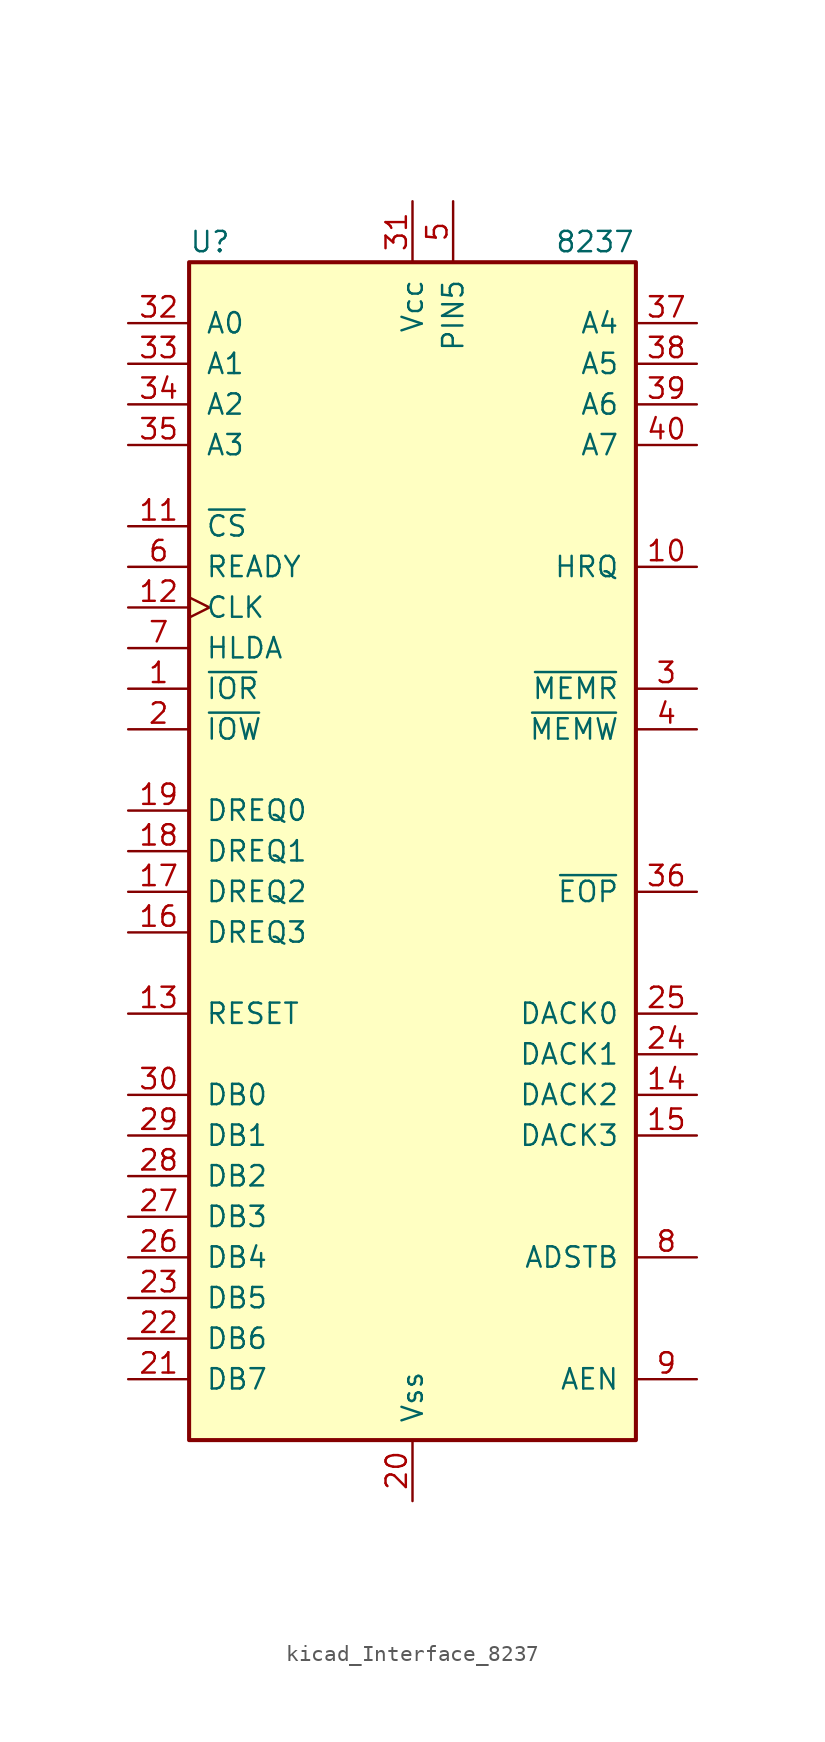
<source format=kicad_sym>
(kicad_symbol_lib
  (version 20220914)
  (generator kicad_symbol_editor)
  (symbol "kicad_Interface_8237"
    (pin_names
      (offset 1.016))
    (property "Reference" "U"
      (at -13.97 38.1 0)
      (effects (font (size 1.27 1.27)) (justify left)))
    (property "Value" "8237"
      (at 8.89 38.1 0)
      (effects (font (size 1.27 1.27)) (justify left)))
    (symbol "kicad_Interface_8237_1_1"
      (rectangle (start -13.97 -36.83) (end 13.97 36.83) (stroke (width 0.254) (type default)) (fill (type background)))
      (pin bidirectional line (at -17.78 10.16 0) (length 3.81) (name "~{IOR}" (effects (font (size 1.27 1.27)))) (number "1" (effects (font (size 1.27 1.27)))))
      (pin output line (at 17.78 17.78 180) (length 3.81) (name "HRQ" (effects (font (size 1.27 1.27)))) (number "10" (effects (font (size 1.27 1.27)))))
      (pin input line (at -17.78 20.32 0) (length 3.81) (name "~{CS}" (effects (font (size 1.27 1.27)))) (number "11" (effects (font (size 1.27 1.27)))))
      (pin input clock (at -17.78 15.24 0) (length 3.81) (name "CLK" (effects (font (size 1.27 1.27)))) (number "12" (effects (font (size 1.27 1.27)))))
      (pin input line (at -17.78 -10.16 0) (length 3.81) (name "RESET" (effects (font (size 1.27 1.27)))) (number "13" (effects (font (size 1.27 1.27)))))
      (pin output line (at 17.78 -15.24 180) (length 3.81) (name "DACK2" (effects (font (size 1.27 1.27)))) (number "14" (effects (font (size 1.27 1.27)))))
      (pin output line (at 17.78 -17.78 180) (length 3.81) (name "DACK3" (effects (font (size 1.27 1.27)))) (number "15" (effects (font (size 1.27 1.27)))))
      (pin input line (at -17.78 -5.08 0) (length 3.81) (name "DREQ3" (effects (font (size 1.27 1.27)))) (number "16" (effects (font (size 1.27 1.27)))))
      (pin input line (at -17.78 -2.54 0) (length 3.81) (name "DREQ2" (effects (font (size 1.27 1.27)))) (number "17" (effects (font (size 1.27 1.27)))))
      (pin input line (at -17.78 0 0) (length 3.81) (name "DREQ1" (effects (font (size 1.27 1.27)))) (number "18" (effects (font (size 1.27 1.27)))))
      (pin input line (at -17.78 2.54 0) (length 3.81) (name "DREQ0" (effects (font (size 1.27 1.27)))) (number "19" (effects (font (size 1.27 1.27)))))
      (pin bidirectional line (at -17.78 7.62 0) (length 3.81) (name "~{IOW}" (effects (font (size 1.27 1.27)))) (number "2" (effects (font (size 1.27 1.27)))))
      (pin power_in line (at 0 -40.64 90) (length 3.81) (name "Vss" (effects (font (size 1.27 1.27)))) (number "20" (effects (font (size 1.27 1.27)))))
      (pin bidirectional line (at -17.78 -33.02 0) (length 3.81) (name "DB7" (effects (font (size 1.27 1.27)))) (number "21" (effects (font (size 1.27 1.27)))))
      (pin bidirectional line (at -17.78 -30.48 0) (length 3.81) (name "DB6" (effects (font (size 1.27 1.27)))) (number "22" (effects (font (size 1.27 1.27)))))
      (pin bidirectional line (at -17.78 -27.94 0) (length 3.81) (name "DB5" (effects (font (size 1.27 1.27)))) (number "23" (effects (font (size 1.27 1.27)))))
      (pin output line (at 17.78 -12.7 180) (length 3.81) (name "DACK1" (effects (font (size 1.27 1.27)))) (number "24" (effects (font (size 1.27 1.27)))))
      (pin output line (at 17.78 -10.16 180) (length 3.81) (name "DACK0" (effects (font (size 1.27 1.27)))) (number "25" (effects (font (size 1.27 1.27)))))
      (pin bidirectional line (at -17.78 -25.4 0) (length 3.81) (name "DB4" (effects (font (size 1.27 1.27)))) (number "26" (effects (font (size 1.27 1.27)))))
      (pin bidirectional line (at -17.78 -22.86 0) (length 3.81) (name "DB3" (effects (font (size 1.27 1.27)))) (number "27" (effects (font (size 1.27 1.27)))))
      (pin bidirectional line (at -17.78 -20.32 0) (length 3.81) (name "DB2" (effects (font (size 1.27 1.27)))) (number "28" (effects (font (size 1.27 1.27)))))
      (pin bidirectional line (at -17.78 -17.78 0) (length 3.81) (name "DB1" (effects (font (size 1.27 1.27)))) (number "29" (effects (font (size 1.27 1.27)))))
      (pin tri_state line (at 17.78 10.16 180) (length 3.81) (name "~{MEMR}" (effects (font (size 1.27 1.27)))) (number "3" (effects (font (size 1.27 1.27)))))
      (pin bidirectional line (at -17.78 -15.24 0) (length 3.81) (name "DB0" (effects (font (size 1.27 1.27)))) (number "30" (effects (font (size 1.27 1.27)))))
      (pin power_in line (at 0 40.64 270) (length 3.81) (name "Vcc" (effects (font (size 1.27 1.27)))) (number "31" (effects (font (size 1.27 1.27)))))
      (pin bidirectional line (at -17.78 33.02 0) (length 3.81) (name "A0" (effects (font (size 1.27 1.27)))) (number "32" (effects (font (size 1.27 1.27)))))
      (pin bidirectional line (at -17.78 30.48 0) (length 3.81) (name "A1" (effects (font (size 1.27 1.27)))) (number "33" (effects (font (size 1.27 1.27)))))
      (pin bidirectional line (at -17.78 27.94 0) (length 3.81) (name "A2" (effects (font (size 1.27 1.27)))) (number "34" (effects (font (size 1.27 1.27)))))
      (pin bidirectional line (at -17.78 25.4 0) (length 3.81) (name "A3" (effects (font (size 1.27 1.27)))) (number "35" (effects (font (size 1.27 1.27)))))
      (pin bidirectional line (at 17.78 -2.54 180) (length 3.81) (name "~{EOP}" (effects (font (size 1.27 1.27)))) (number "36" (effects (font (size 1.27 1.27)))))
      (pin tri_state line (at 17.78 33.02 180) (length 3.81) (name "A4" (effects (font (size 1.27 1.27)))) (number "37" (effects (font (size 1.27 1.27)))))
      (pin tri_state line (at 17.78 30.48 180) (length 3.81) (name "A5" (effects (font (size 1.27 1.27)))) (number "38" (effects (font (size 1.27 1.27)))))
      (pin tri_state line (at 17.78 27.94 180) (length 3.81) (name "A6" (effects (font (size 1.27 1.27)))) (number "39" (effects (font (size 1.27 1.27)))))
      (pin tri_state line (at 17.78 7.62 180) (length 3.81) (name "~{MEMW}" (effects (font (size 1.27 1.27)))) (number "4" (effects (font (size 1.27 1.27)))))
      (pin tri_state line (at 17.78 25.4 180) (length 3.81) (name "A7" (effects (font (size 1.27 1.27)))) (number "40" (effects (font (size 1.27 1.27)))))
      (pin input line (at 2.54 40.64 270) (length 3.81) (name "PIN5" (effects (font (size 1.27 1.27)))) (number "5" (effects (font (size 1.27 1.27)))))
      (pin input line (at -17.78 17.78 0) (length 3.81) (name "READY" (effects (font (size 1.27 1.27)))) (number "6" (effects (font (size 1.27 1.27)))))
      (pin input line (at -17.78 12.7 0) (length 3.81) (name "HLDA" (effects (font (size 1.27 1.27)))) (number "7" (effects (font (size 1.27 1.27)))))
      (pin output line (at 17.78 -25.4 180) (length 3.81) (name "ADSTB" (effects (font (size 1.27 1.27)))) (number "8" (effects (font (size 1.27 1.27)))))
      (pin output line (at 17.78 -33.02 180) (length 3.81) (name "AEN" (effects (font (size 1.27 1.27)))) (number "9" (effects (font (size 1.27 1.27))))))))
</source>
